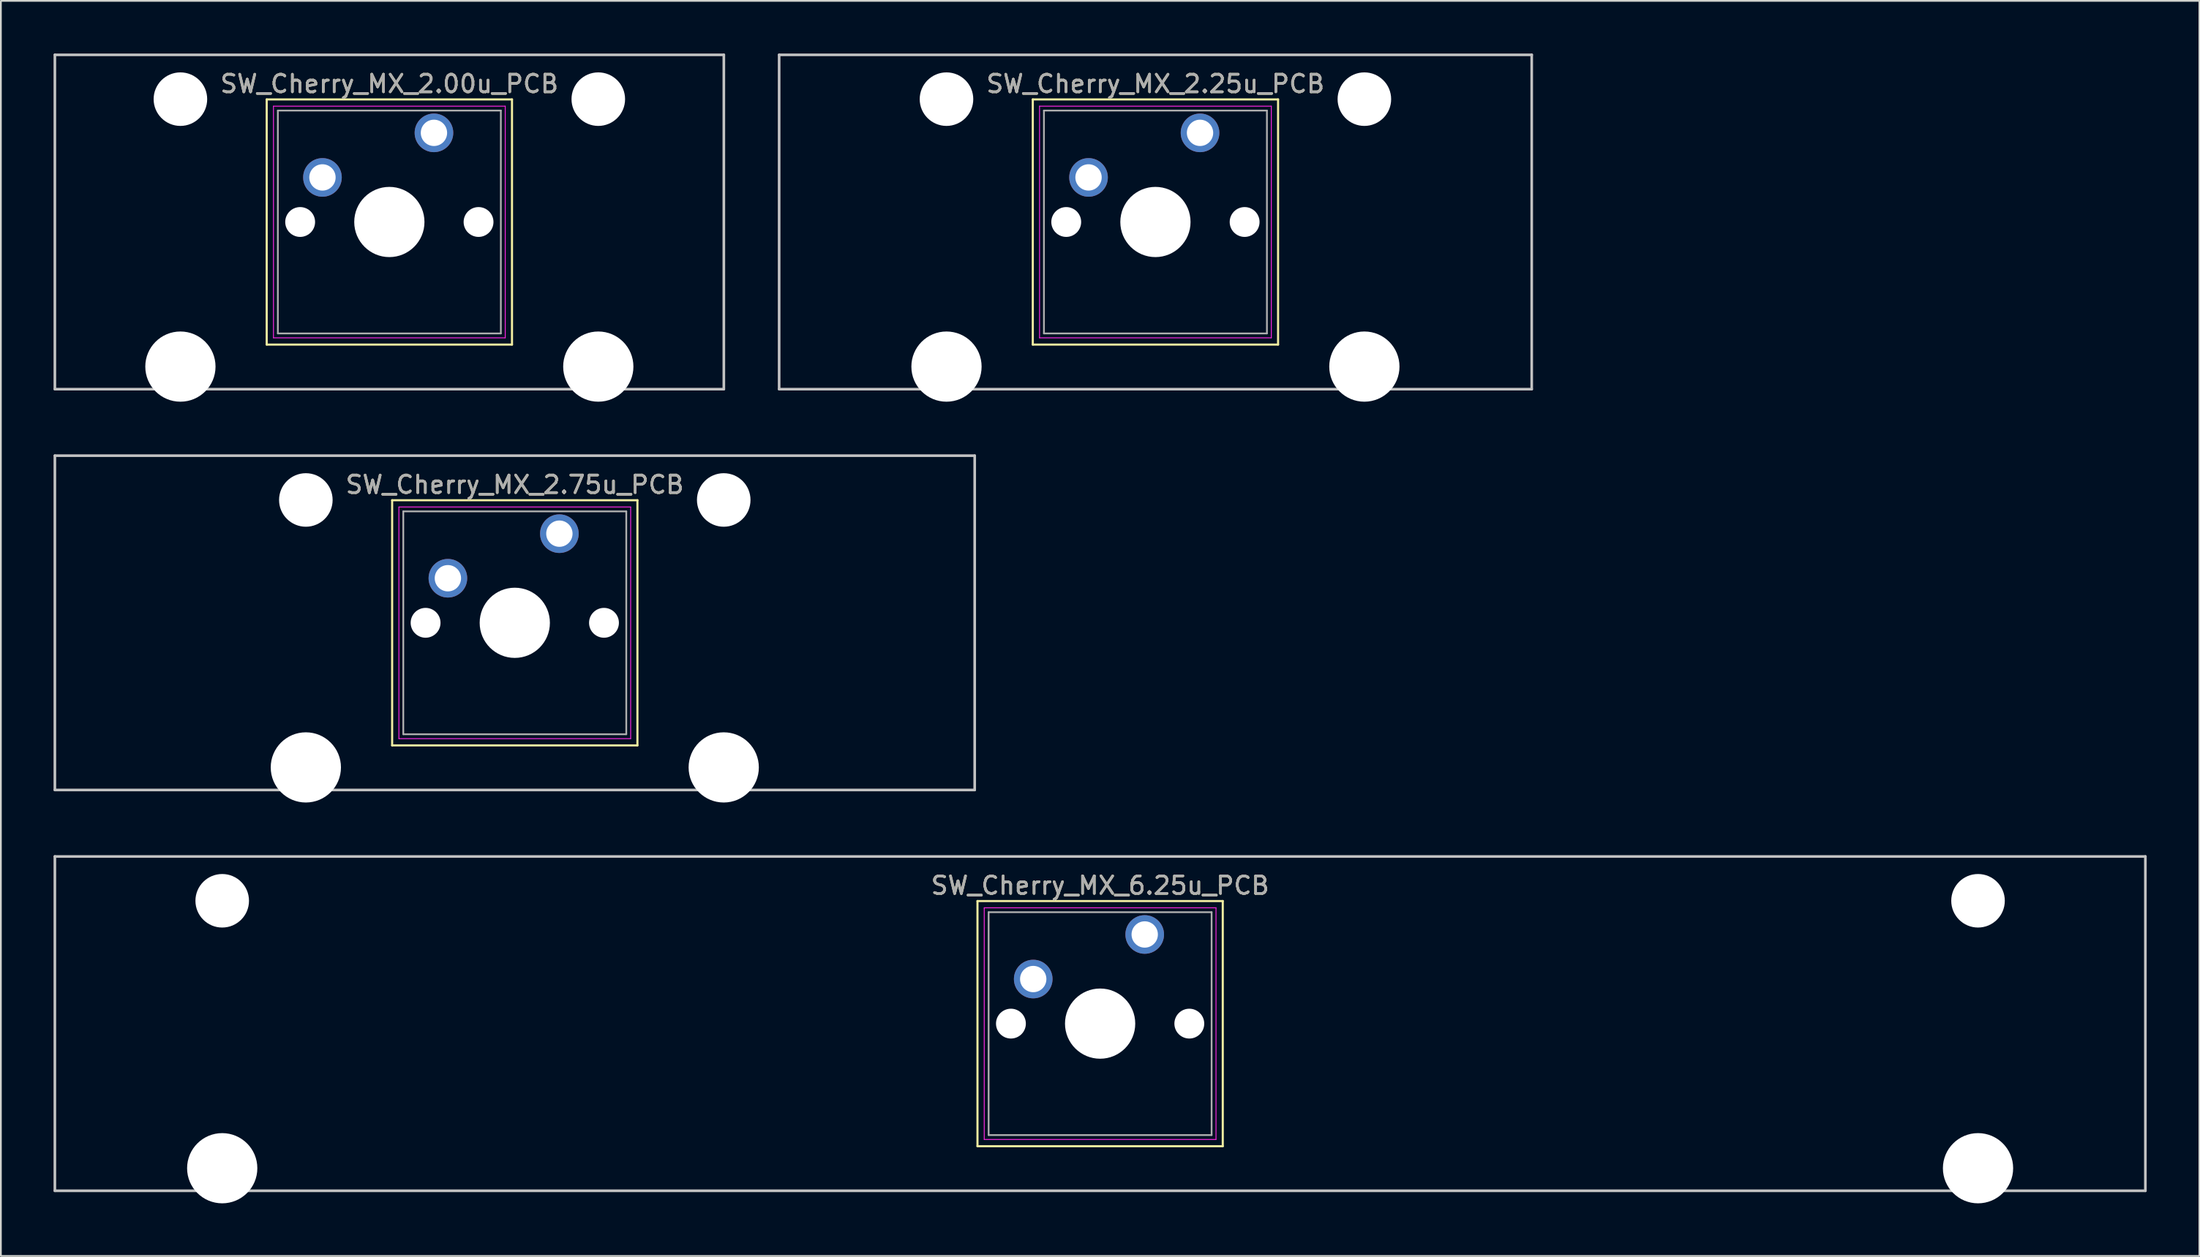
<source format=kicad_pcb>
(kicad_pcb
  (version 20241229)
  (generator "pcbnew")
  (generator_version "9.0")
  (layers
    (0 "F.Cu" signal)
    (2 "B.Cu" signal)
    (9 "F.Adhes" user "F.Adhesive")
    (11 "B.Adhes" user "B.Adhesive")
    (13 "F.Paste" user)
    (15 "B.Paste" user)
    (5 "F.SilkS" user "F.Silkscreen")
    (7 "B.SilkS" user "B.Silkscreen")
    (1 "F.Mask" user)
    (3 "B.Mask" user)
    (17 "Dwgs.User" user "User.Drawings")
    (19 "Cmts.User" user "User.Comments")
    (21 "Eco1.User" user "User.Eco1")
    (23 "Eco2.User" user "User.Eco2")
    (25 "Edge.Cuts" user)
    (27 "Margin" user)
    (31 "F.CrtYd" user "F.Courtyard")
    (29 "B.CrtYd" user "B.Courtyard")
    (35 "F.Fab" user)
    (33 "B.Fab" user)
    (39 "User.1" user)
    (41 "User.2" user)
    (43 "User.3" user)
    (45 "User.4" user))
  (footprint "SW_Cherry_MX_2.75u_PCB"
    (layer "F.Cu")
    (at 28.809 27.36)
    (property "Reference" "SW_Cherry_MX_2.75u_PCB" (at -2.54 -2.794 0) (layer "F.SilkS") (effects (font (size 1 1) (thickness 0.15))))
    (attr through_hole)
    (fp_line (start -9.525 -1.905) (end 4.445 -1.905) (stroke (width 0.12) (type solid)) (layer "F.SilkS"))
    (fp_line (start -9.525 12.065) (end -9.525 -1.905) (stroke (width 0.12) (type solid)) (layer "F.SilkS"))
    (fp_line (start 4.445 -1.905) (end 4.445 12.065) (stroke (width 0.12) (type solid)) (layer "F.SilkS"))
    (fp_line (start 4.445 12.065) (end -9.525 12.065) (stroke (width 0.12) (type solid)) (layer "F.SilkS"))
    (fp_line (start -28.734 -4.445) (end 23.654 -4.445) (stroke (width 0.15) (type solid)) (layer "Dwgs.User"))
    (fp_line (start -28.734 14.605) (end -28.734 -4.445) (stroke (width 0.15) (type solid)) (layer "Dwgs.User"))
    (fp_line (start 23.654 -4.445) (end 23.654 14.605) (stroke (width 0.15) (type solid)) (layer "Dwgs.User"))
    (fp_line (start 23.654 14.605) (end -28.734 14.605) (stroke (width 0.15) (type solid)) (layer "Dwgs.User"))
    (fp_line (start -9.14 -1.52) (end 4.06 -1.52) (stroke (width 0.05) (type solid)) (layer "F.CrtYd"))
    (fp_line (start -9.14 11.68) (end -9.14 -1.52) (stroke (width 0.05) (type solid)) (layer "F.CrtYd"))
    (fp_line (start 4.06 -1.52) (end 4.06 11.68) (stroke (width 0.05) (type solid)) (layer "F.CrtYd"))
    (fp_line (start 4.06 11.68) (end -9.14 11.68) (stroke (width 0.05) (type solid)) (layer "F.CrtYd"))
    (fp_line (start -8.89 -1.27) (end 3.81 -1.27) (stroke (width 0.1) (type solid)) (layer "F.Fab"))
    (fp_line (start -8.89 11.43) (end -8.89 -1.27) (stroke (width 0.1) (type solid)) (layer "F.Fab"))
    (fp_line (start 3.81 -1.27) (end 3.81 11.43) (stroke (width 0.1) (type solid)) (layer "F.Fab"))
    (fp_line (start 3.81 11.43) (end -8.89 11.43) (stroke (width 0.1) (type solid)) (layer "F.Fab"))
    (fp_text user "${REFERENCE}" (at -2.54 -2.794 0) (layer "F.Fab") (effects (font (size 1 1) (thickness 0.15))))
    (pad "" np_thru_hole circle (at -14.44 -1.92) (size 3.05 3.05) (drill 3.05) (layers "*.Cu" "*.Mask"))
    (pad "" np_thru_hole circle (at -14.44 13.32) (size 4 4) (drill 4) (layers "*.Cu" "*.Mask"))
    (pad "" np_thru_hole circle (at -7.62 5.08) (size 1.7 1.7) (drill 1.7) (layers "*.Cu" "*.Mask"))
    (pad "" np_thru_hole circle (at -2.54 5.08) (size 4 4) (drill 4) (layers "*.Cu" "*.Mask"))
    (pad "" np_thru_hole circle (at 2.54 5.08) (size 1.7 1.7) (drill 1.7) (layers "*.Cu" "*.Mask"))
    (pad "" np_thru_hole circle (at 9.36 -1.92) (size 3.05 3.05) (drill 3.05) (layers "*.Cu" "*.Mask"))
    (pad "" np_thru_hole circle (at 9.36 13.32) (size 4 4) (drill 4) (layers "*.Cu" "*.Mask"))
    (pad "1" thru_hole circle (at -6.35 2.54) (size 2.2 2.2) (drill 1.5) (layers "*.Cu" "*.Mask"))
    (pad "2" thru_hole circle (at 0 0) (size 2.2 2.2) (drill 1.5) (layers "*.Cu" "*.Mask")))
  (footprint "SW_Cherry_MX_2.25u_PCB"
    (layer "F.Cu")
    (at 65.296 4.52)
    (property "Reference" "SW_Cherry_MX_2.25u_PCB" (at -2.54 -2.794 0) (layer "F.SilkS") (effects (font (size 1 1) (thickness 0.15))))
    (attr through_hole)
    (fp_line (start -9.525 -1.905) (end 4.445 -1.905) (stroke (width 0.12) (type solid)) (layer "F.SilkS"))
    (fp_line (start -9.525 12.065) (end -9.525 -1.905) (stroke (width 0.12) (type solid)) (layer "F.SilkS"))
    (fp_line (start 4.445 -1.905) (end 4.445 12.065) (stroke (width 0.12) (type solid)) (layer "F.SilkS"))
    (fp_line (start 4.445 12.065) (end -9.525 12.065) (stroke (width 0.12) (type solid)) (layer "F.SilkS"))
    (fp_line (start -23.971 -4.445) (end 18.891 -4.445) (stroke (width 0.15) (type solid)) (layer "Dwgs.User"))
    (fp_line (start -23.971 14.605) (end -23.971 -4.445) (stroke (width 0.15) (type solid)) (layer "Dwgs.User"))
    (fp_line (start 18.891 -4.445) (end 18.891 14.605) (stroke (width 0.15) (type solid)) (layer "Dwgs.User"))
    (fp_line (start 18.891 14.605) (end -23.971 14.605) (stroke (width 0.15) (type solid)) (layer "Dwgs.User"))
    (fp_line (start -9.14 -1.52) (end 4.06 -1.52) (stroke (width 0.05) (type solid)) (layer "F.CrtYd"))
    (fp_line (start -9.14 11.68) (end -9.14 -1.52) (stroke (width 0.05) (type solid)) (layer "F.CrtYd"))
    (fp_line (start 4.06 -1.52) (end 4.06 11.68) (stroke (width 0.05) (type solid)) (layer "F.CrtYd"))
    (fp_line (start 4.06 11.68) (end -9.14 11.68) (stroke (width 0.05) (type solid)) (layer "F.CrtYd"))
    (fp_line (start -8.89 -1.27) (end 3.81 -1.27) (stroke (width 0.1) (type solid)) (layer "F.Fab"))
    (fp_line (start -8.89 11.43) (end -8.89 -1.27) (stroke (width 0.1) (type solid)) (layer "F.Fab"))
    (fp_line (start 3.81 -1.27) (end 3.81 11.43) (stroke (width 0.1) (type solid)) (layer "F.Fab"))
    (fp_line (start 3.81 11.43) (end -8.89 11.43) (stroke (width 0.1) (type solid)) (layer "F.Fab"))
    (fp_text user "${REFERENCE}" (at -2.54 -2.794 0) (layer "F.Fab") (effects (font (size 1 1) (thickness 0.15))))
    (pad "" np_thru_hole circle (at -14.44 -1.92) (size 3.05 3.05) (drill 3.05) (layers "*.Cu" "*.Mask"))
    (pad "" np_thru_hole circle (at -14.44 13.32) (size 4 4) (drill 4) (layers "*.Cu" "*.Mask"))
    (pad "" np_thru_hole circle (at -7.62 5.08) (size 1.7 1.7) (drill 1.7) (layers "*.Cu" "*.Mask"))
    (pad "" np_thru_hole circle (at -2.54 5.08) (size 4 4) (drill 4) (layers "*.Cu" "*.Mask"))
    (pad "" np_thru_hole circle (at 2.54 5.08) (size 1.7 1.7) (drill 1.7) (layers "*.Cu" "*.Mask"))
    (pad "" np_thru_hole circle (at 9.36 -1.92) (size 3.05 3.05) (drill 3.05) (layers "*.Cu" "*.Mask"))
    (pad "" np_thru_hole circle (at 9.36 13.32) (size 4 4) (drill 4) (layers "*.Cu" "*.Mask"))
    (pad "1" thru_hole circle (at -6.35 2.54) (size 2.2 2.2) (drill 1.5) (layers "*.Cu" "*.Mask"))
    (pad "2" thru_hole circle (at 0 0) (size 2.2 2.2) (drill 1.5) (layers "*.Cu" "*.Mask")))
  (footprint "SW_Cherry_MX_2.00u_PCB"
    (layer "F.Cu")
    (at 21.665 4.52)
    (property "Reference" "SW_Cherry_MX_2.00u_PCB" (at -2.54 -2.794 0) (layer "F.SilkS") (effects (font (size 1 1) (thickness 0.15))))
    (attr through_hole)
    (fp_line (start -9.525 -1.905) (end 4.445 -1.905) (stroke (width 0.12) (type solid)) (layer "F.SilkS"))
    (fp_line (start -9.525 12.065) (end -9.525 -1.905) (stroke (width 0.12) (type solid)) (layer "F.SilkS"))
    (fp_line (start 4.445 -1.905) (end 4.445 12.065) (stroke (width 0.12) (type solid)) (layer "F.SilkS"))
    (fp_line (start 4.445 12.065) (end -9.525 12.065) (stroke (width 0.12) (type solid)) (layer "F.SilkS"))
    (fp_line (start -21.59 -4.445) (end 16.51 -4.445) (stroke (width 0.15) (type solid)) (layer "Dwgs.User"))
    (fp_line (start -21.59 14.605) (end -21.59 -4.445) (stroke (width 0.15) (type solid)) (layer "Dwgs.User"))
    (fp_line (start 16.51 -4.445) (end 16.51 14.605) (stroke (width 0.15) (type solid)) (layer "Dwgs.User"))
    (fp_line (start 16.51 14.605) (end -21.59 14.605) (stroke (width 0.15) (type solid)) (layer "Dwgs.User"))
    (fp_line (start -9.14 -1.52) (end 4.06 -1.52) (stroke (width 0.05) (type solid)) (layer "F.CrtYd"))
    (fp_line (start -9.14 11.68) (end -9.14 -1.52) (stroke (width 0.05) (type solid)) (layer "F.CrtYd"))
    (fp_line (start 4.06 -1.52) (end 4.06 11.68) (stroke (width 0.05) (type solid)) (layer "F.CrtYd"))
    (fp_line (start 4.06 11.68) (end -9.14 11.68) (stroke (width 0.05) (type solid)) (layer "F.CrtYd"))
    (fp_line (start -8.89 -1.27) (end 3.81 -1.27) (stroke (width 0.1) (type solid)) (layer "F.Fab"))
    (fp_line (start -8.89 11.43) (end -8.89 -1.27) (stroke (width 0.1) (type solid)) (layer "F.Fab"))
    (fp_line (start 3.81 -1.27) (end 3.81 11.43) (stroke (width 0.1) (type solid)) (layer "F.Fab"))
    (fp_line (start 3.81 11.43) (end -8.89 11.43) (stroke (width 0.1) (type solid)) (layer "F.Fab"))
    (fp_text user "${REFERENCE}" (at -2.54 -2.794 0) (layer "F.Fab") (effects (font (size 1 1) (thickness 0.15))))
    (pad "" np_thru_hole circle (at -14.44 -1.92) (size 3.05 3.05) (drill 3.05) (layers "*.Cu" "*.Mask"))
    (pad "" np_thru_hole circle (at -14.44 13.32) (size 4 4) (drill 4) (layers "*.Cu" "*.Mask"))
    (pad "" np_thru_hole circle (at -7.62 5.08) (size 1.7 1.7) (drill 1.7) (layers "*.Cu" "*.Mask"))
    (pad "" np_thru_hole circle (at -2.54 5.08) (size 4 4) (drill 4) (layers "*.Cu" "*.Mask"))
    (pad "" np_thru_hole circle (at 2.54 5.08) (size 1.7 1.7) (drill 1.7) (layers "*.Cu" "*.Mask"))
    (pad "" np_thru_hole circle (at 9.36 -1.92) (size 3.05 3.05) (drill 3.05) (layers "*.Cu" "*.Mask"))
    (pad "" np_thru_hole circle (at 9.36 13.32) (size 4 4) (drill 4) (layers "*.Cu" "*.Mask"))
    (pad "1" thru_hole circle (at -6.35 2.54) (size 2.2 2.2) (drill 1.5) (layers "*.Cu" "*.Mask"))
    (pad "2" thru_hole circle (at 0 0) (size 2.2 2.2) (drill 1.5) (layers "*.Cu" "*.Mask")))
  (footprint "SW_Cherry_MX_6.25u_PCB"
    (layer "F.Cu")
    (at 62.146 50.2)
    (property "Reference" "SW_Cherry_MX_6.25u_PCB" (at -2.54 -2.794 0) (layer "F.SilkS") (effects (font (size 1 1) (thickness 0.15))))
    (attr through_hole)
    (fp_line (start -9.525 -1.905) (end 4.445 -1.905) (stroke (width 0.12) (type solid)) (layer "F.SilkS"))
    (fp_line (start -9.525 12.065) (end -9.525 -1.905) (stroke (width 0.12) (type solid)) (layer "F.SilkS"))
    (fp_line (start 4.445 -1.905) (end 4.445 12.065) (stroke (width 0.12) (type solid)) (layer "F.SilkS"))
    (fp_line (start 4.445 12.065) (end -9.525 12.065) (stroke (width 0.12) (type solid)) (layer "F.SilkS"))
    (fp_line (start -62.071 -4.445) (end 56.991 -4.445) (stroke (width 0.15) (type solid)) (layer "Dwgs.User"))
    (fp_line (start -62.071 14.605) (end -62.071 -4.445) (stroke (width 0.15) (type solid)) (layer "Dwgs.User"))
    (fp_line (start 56.991 -4.445) (end 56.991 14.605) (stroke (width 0.15) (type solid)) (layer "Dwgs.User"))
    (fp_line (start 56.991 14.605) (end -62.071 14.605) (stroke (width 0.15) (type solid)) (layer "Dwgs.User"))
    (fp_line (start -9.14 -1.52) (end 4.06 -1.52) (stroke (width 0.05) (type solid)) (layer "F.CrtYd"))
    (fp_line (start -9.14 11.68) (end -9.14 -1.52) (stroke (width 0.05) (type solid)) (layer "F.CrtYd"))
    (fp_line (start 4.06 -1.52) (end 4.06 11.68) (stroke (width 0.05) (type solid)) (layer "F.CrtYd"))
    (fp_line (start 4.06 11.68) (end -9.14 11.68) (stroke (width 0.05) (type solid)) (layer "F.CrtYd"))
    (fp_line (start -8.89 -1.27) (end 3.81 -1.27) (stroke (width 0.1) (type solid)) (layer "F.Fab"))
    (fp_line (start -8.89 11.43) (end -8.89 -1.27) (stroke (width 0.1) (type solid)) (layer "F.Fab"))
    (fp_line (start 3.81 -1.27) (end 3.81 11.43) (stroke (width 0.1) (type solid)) (layer "F.Fab"))
    (fp_line (start 3.81 11.43) (end -8.89 11.43) (stroke (width 0.1) (type solid)) (layer "F.Fab"))
    (fp_text user "${REFERENCE}" (at -2.54 -2.794 0) (layer "F.Fab") (effects (font (size 1 1) (thickness 0.15))))
    (pad "" np_thru_hole circle (at -52.54 -1.92) (size 3.05 3.05) (drill 3.05) (layers "*.Cu" "*.Mask"))
    (pad "" np_thru_hole circle (at -52.54 13.32) (size 4 4) (drill 4) (layers "*.Cu" "*.Mask"))
    (pad "" np_thru_hole circle (at -7.62 5.08) (size 1.7 1.7) (drill 1.7) (layers "*.Cu" "*.Mask"))
    (pad "" np_thru_hole circle (at -2.54 5.08) (size 4 4) (drill 4) (layers "*.Cu" "*.Mask"))
    (pad "" np_thru_hole circle (at 2.54 5.08) (size 1.7 1.7) (drill 1.7) (layers "*.Cu" "*.Mask"))
    (pad "" np_thru_hole circle (at 47.46 -1.92) (size 3.05 3.05) (drill 3.05) (layers "*.Cu" "*.Mask"))
    (pad "" np_thru_hole circle (at 47.46 13.32) (size 4 4) (drill 4) (layers "*.Cu" "*.Mask"))
    (pad "1" thru_hole circle (at -6.35 2.54) (size 2.2 2.2) (drill 1.5) (layers "*.Cu" "*.Mask"))
    (pad "2" thru_hole circle (at 0 0) (size 2.2 2.2) (drill 1.5) (layers "*.Cu" "*.Mask")))
  (gr_rect
    (start -3 -3)
    (end 122.213 68.52)
    (stroke (width 0.1) (type default))
    (fill no)
    (layer "Edge.Cuts")))
</source>
